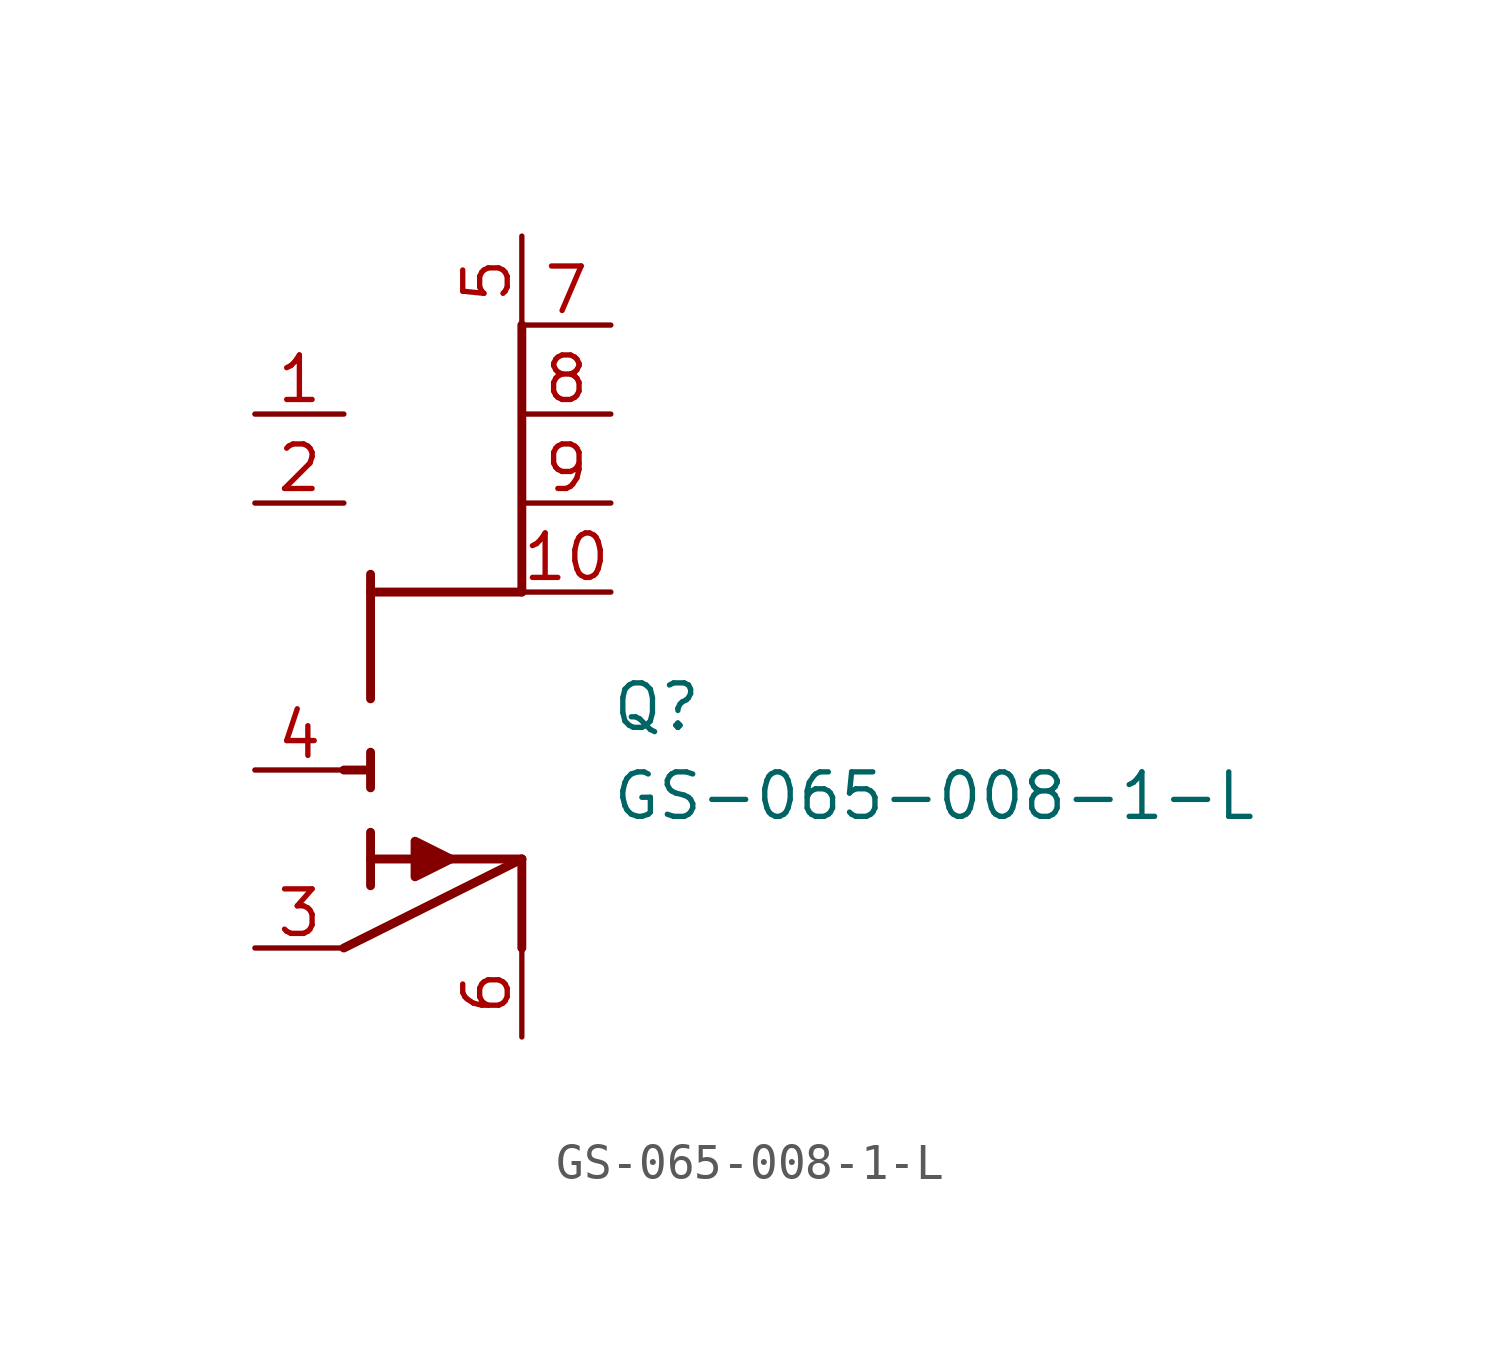
<source format=kicad_sym>
(kicad_symbol_lib
  (version 20211014)
  (generator SamacSys_ECAD_Model)
  (symbol "GS-065-008-1-L"
    (pin_names hide)
    (property "Reference" "Q"
      (at 10.16 7.62 0)
      (effects (font (size 1.27 1.27)) (justify left top)))
    (property "Value" "GS-065-008-1-L"
      (at 10.16 5.08 0)
      (effects (font (size 1.27 1.27)) (justify left top)))
    (polyline
      (pts (xy 7.62 2.54) (xy 7.62 0))
      (stroke (width 0.254) (type default))
      (fill (type none)))
    (polyline
      (pts (xy 7.62 10.16) (xy 7.62 17.78))
      (stroke (width 0.254) (type default))
      (fill (type none)))
    (polyline
      (pts (xy 2.54 5.08) (xy 3.302 5.08))
      (stroke (width 0.254) (type default))
      (fill (type none)))
    (polyline
      (pts (xy 7.62 10.16) (xy 3.302 10.16))
      (stroke (width 0.254) (type default))
      (fill (type none)))
    (polyline
      (pts (xy 3.302 2.54) (xy 7.62 2.54))
      (stroke (width 0.254) (type default))
      (fill (type none)))
    (polyline
      (pts (xy 3.302 10.668) (xy 3.302 7.112))
      (stroke (width 0.254) (type default))
      (fill (type none)))
    (polyline
      (pts (xy 3.302 1.778) (xy 3.302 3.302))
      (stroke (width 0.254) (type default))
      (fill (type none)))
    (polyline
      (pts (xy 3.302 4.572) (xy 3.302 5.588))
      (stroke (width 0.254) (type default))
      (fill (type none)))
    (polyline
      (pts (xy 2.54 0) (xy 7.62 2.54))
      (stroke (width 0.254) (type default))
      (fill (type none)))
    (polyline
      (pts (xy 5.588 2.54) (xy 4.572 2.032) (xy 4.572 3.048) (xy 5.588 2.54))
      (stroke (width 0.254) (type default))
      (fill (type outline)))
    (pin passive line
      (at 0 15.24 0)
      (length 2.54)
      (name "NC1" (effects (font (size 1.27 1.27))))
      (number "1" (effects (font (size 1.27 1.27)))))
    (pin passive line
      (at 0 12.7 0)
      (length 2.54)
      (name "NC2" (effects (font (size 1.27 1.27))))
      (number "2" (effects (font (size 1.27 1.27)))))
    (pin passive line
      (at 0 0 0)
      (length 2.54)
      (name "SS" (effects (font (size 1.27 1.27))))
      (number "3" (effects (font (size 1.27 1.27)))))
    (pin passive line
      (at 0 5.08 0)
      (length 2.54)
      (name "G" (effects (font (size 1.27 1.27))))
      (number "4" (effects (font (size 1.27 1.27)))))
    (pin passive line
      (at 7.62 20.32 270)
      (length 2.54)
      (name "D1" (effects (font (size 1.27 1.27))))
      (number "5" (effects (font (size 1.27 1.27)))))
    (pin passive line
      (at 7.62 -2.54 90)
      (length 2.54)
      (name "S" (effects (font (size 1.27 1.27))))
      (number "6" (effects (font (size 1.27 1.27)))))
    (pin passive line
      (at 10.16 17.78 180)
      (length 2.54)
      (name "D2" (effects (font (size 1.27 1.27))))
      (number "7" (effects (font (size 1.27 1.27)))))
    (pin passive line
      (at 10.16 15.24 180)
      (length 2.54)
      (name "D3" (effects (font (size 1.27 1.27))))
      (number "8" (effects (font (size 1.27 1.27)))))
    (pin passive line
      (at 10.16 12.7 180)
      (length 2.54)
      (name "D4" (effects (font (size 1.27 1.27))))
      (number "9" (effects (font (size 1.27 1.27)))))
    (pin passive line
      (at 10.16 10.16 180)
      (length 2.54)
      (name "D5" (effects (font (size 1.27 1.27))))
      (number "10" (effects (font (size 1.27 1.27)))))))
</source>
